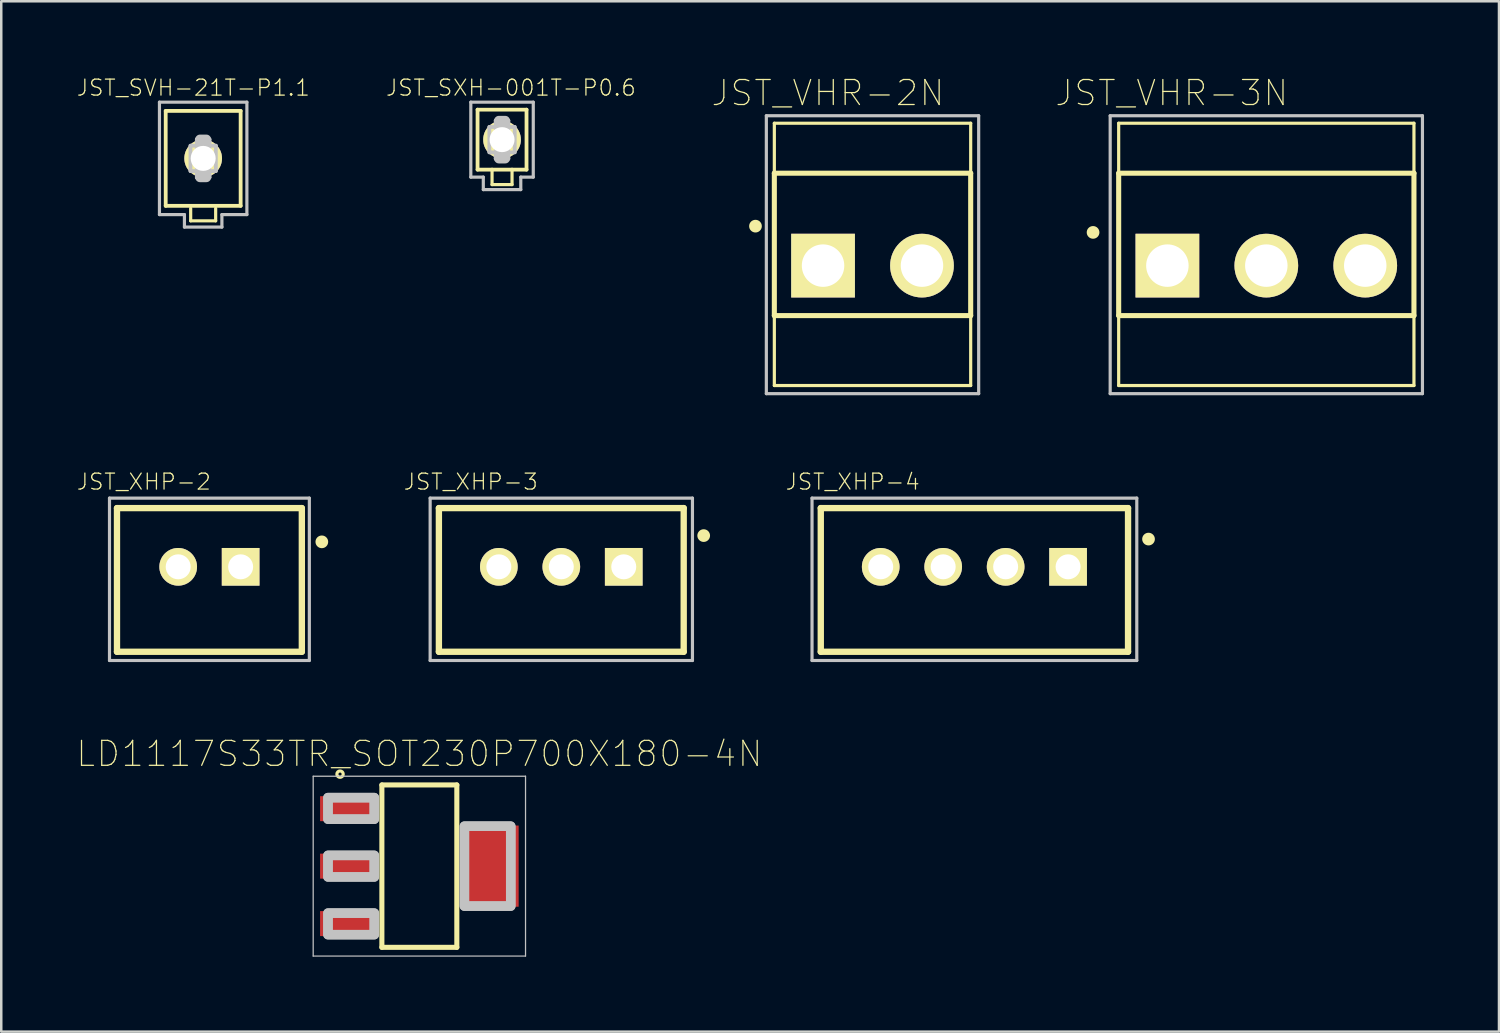
<source format=kicad_pcb>
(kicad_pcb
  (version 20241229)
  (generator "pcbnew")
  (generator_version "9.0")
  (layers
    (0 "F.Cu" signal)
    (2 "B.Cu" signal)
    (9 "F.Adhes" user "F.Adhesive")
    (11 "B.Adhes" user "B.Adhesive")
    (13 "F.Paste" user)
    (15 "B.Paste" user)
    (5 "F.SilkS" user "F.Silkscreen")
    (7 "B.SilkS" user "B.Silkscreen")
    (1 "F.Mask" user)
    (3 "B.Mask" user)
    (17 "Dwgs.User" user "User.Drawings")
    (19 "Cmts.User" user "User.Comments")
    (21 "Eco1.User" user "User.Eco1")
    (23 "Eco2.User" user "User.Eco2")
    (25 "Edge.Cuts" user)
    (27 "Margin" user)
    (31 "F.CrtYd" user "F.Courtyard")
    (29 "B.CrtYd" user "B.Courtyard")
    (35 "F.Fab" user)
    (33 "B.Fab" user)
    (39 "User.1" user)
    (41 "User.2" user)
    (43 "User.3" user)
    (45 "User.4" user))
  (footprint "JST_VHR-2N"
    (layer "F.Cu")
    (at 31.877 7.583)
    (property "Reference" "JST_VHR-2N" (at -1.785 -6.91 0) (layer "F.SilkS") (effects (font (size 1 1) (thickness 0.05))))
    (attr through_hole)
    (fp_line (start -3.93 -5.7) (end 3.93 -5.7) (stroke (width 0.127) (type solid)) (layer "F.SilkS"))
    (fp_line (start -3.93 -3.7) (end -3.93 -5.7) (stroke (width 0.127) (type solid)) (layer "F.SilkS"))
    (fp_line (start -3.93 2) (end -3.93 -3.7) (stroke (width 0.203) (type solid)) (layer "F.SilkS"))
    (fp_line (start -3.93 2) (end -3.93 4.8) (stroke (width 0.127) (type solid)) (layer "F.SilkS"))
    (fp_line (start -3.93 4.8) (end 3.93 4.8) (stroke (width 0.127) (type solid)) (layer "F.SilkS"))
    (fp_line (start 3.93 -3.7) (end -3.93 -3.7) (stroke (width 0.203) (type solid)) (layer "F.SilkS"))
    (fp_line (start 3.93 -3.7) (end 3.93 -5.7) (stroke (width 0.127) (type solid)) (layer "F.SilkS"))
    (fp_line (start 3.93 -3.7) (end 3.93 2) (stroke (width 0.203) (type solid)) (layer "F.SilkS"))
    (fp_line (start 3.93 2) (end -3.93 2) (stroke (width 0.203) (type solid)) (layer "F.SilkS"))
    (fp_line (start 3.93 2) (end 3.93 4.8) (stroke (width 0.127) (type solid)) (layer "F.SilkS"))
    (fp_circle (center -4.685 -1.58) (end -4.431 -1.58) (stroke (width 0) (type solid)) (fill yes) (layer "F.SilkS"))
    (fp_line (start -4.25 -6) (end -4.25 5.125) (stroke (width 0.127) (type solid)) (layer "Dwgs.User"))
    (fp_line (start -4.25 -6) (end 4.25 -6) (stroke (width 0.127) (type solid)) (layer "Dwgs.User"))
    (fp_line (start -4.25 5.125) (end 4.25 5.125) (stroke (width 0.127) (type solid)) (layer "Dwgs.User"))
    (fp_line (start 4.25 -6) (end 4.25 5.125) (stroke (width 0.127) (type solid)) (layer "Dwgs.User"))
    (pad "1" thru_hole rect (at -1.98 0) (size 2.55 2.55) (drill 1.7) (layers "*.Cu" "*.Mask" "F.SilkS"))
    (pad "2" thru_hole circle (at 1.98 0) (size 2.55 2.55) (drill 1.7) (layers "*.Cu" "*.Mask" "F.SilkS")))
  (footprint "JST_SXH-001T-P0.6"
    (layer "F.Cu")
    (at 17.047 2.54)
    (property "Reference" "JST_SXH-001T-P0.6" (at 0.356 -2.077 0) (layer "F.SilkS") (effects (font (size 0.64 0.64) (thickness 0.05))))
    (attr through_hole)
    (fp_line (start -0.98 -1.2) (end -0.98 1.2) (stroke (width 0.152) (type solid)) (layer "F.SilkS"))
    (fp_line (start -0.98 1.2) (end -0.4 1.2) (stroke (width 0.152) (type solid)) (layer "F.SilkS"))
    (fp_line (start -0.4 1.2) (end -0.4 1.8) (stroke (width 0.127) (type solid)) (layer "F.SilkS"))
    (fp_line (start -0.4 1.2) (end 0.4 1.2) (stroke (width 0.152) (type solid)) (layer "F.SilkS"))
    (fp_line (start -0.4 1.8) (end 0.4 1.8) (stroke (width 0.127) (type solid)) (layer "F.SilkS"))
    (fp_line (start 0.4 1.2) (end 0.98 1.2) (stroke (width 0.152) (type solid)) (layer "F.SilkS"))
    (fp_line (start 0.4 1.8) (end 0.4 1.2) (stroke (width 0.127) (type solid)) (layer "F.SilkS"))
    (fp_line (start 0.98 -1.2) (end -0.98 -1.2) (stroke (width 0.152) (type solid)) (layer "F.SilkS"))
    (fp_line (start 0.98 -1.2) (end 0.98 1.2) (stroke (width 0.152) (type solid)) (layer "F.SilkS"))
    (fp_line (start -1.25 -1.5) (end 1.25 -1.5) (stroke (width 0.127) (type solid)) (layer "Dwgs.User"))
    (fp_line (start -1.25 1.5) (end -1.25 -1.5) (stroke (width 0.127) (type solid)) (layer "Dwgs.User"))
    (fp_line (start -0.75 1.5) (end -1.25 1.5) (stroke (width 0.127) (type solid)) (layer "Dwgs.User"))
    (fp_line (start -0.75 2) (end -0.75 1.5) (stroke (width 0.127) (type solid)) (layer "Dwgs.User"))
    (fp_line (start -0.508 -0.508) (end -0.508 0.508) (stroke (width 0.152) (type solid)) (layer "Dwgs.User"))
    (fp_line (start -0.508 0.508) (end -0.254 0.508) (stroke (width 0.152) (type solid)) (layer "Dwgs.User"))
    (fp_line (start -0.254 -0.762) (end -0.254 -0.508) (stroke (width 0.152) (type solid)) (layer "Dwgs.User"))
    (fp_line (start -0.254 -0.508) (end -0.508 -0.508) (stroke (width 0.152) (type solid)) (layer "Dwgs.User"))
    (fp_line (start -0.254 0.508) (end -0.254 0.762) (stroke (width 0.152) (type solid)) (layer "Dwgs.User"))
    (fp_line (start -0.254 0.762) (end 0.254 0.762) (stroke (width 0.152) (type solid)) (layer "Dwgs.User"))
    (fp_line (start 0.254 -0.762) (end -0.254 -0.762) (stroke (width 0.152) (type solid)) (layer "Dwgs.User"))
    (fp_line (start 0.254 -0.508) (end 0.254 -0.762) (stroke (width 0.152) (type solid)) (layer "Dwgs.User"))
    (fp_line (start 0.254 0.508) (end 0.508 0.508) (stroke (width 0.152) (type solid)) (layer "Dwgs.User"))
    (fp_line (start 0.254 0.762) (end 0.254 0.508) (stroke (width 0.152) (type solid)) (layer "Dwgs.User"))
    (fp_line (start 0.508 -0.508) (end 0.254 -0.508) (stroke (width 0.152) (type solid)) (layer "Dwgs.User"))
    (fp_line (start 0.508 0.508) (end 0.508 -0.508) (stroke (width 0.152) (type solid)) (layer "Dwgs.User"))
    (fp_line (start 0.75 1.5) (end 0.75 2) (stroke (width 0.127) (type solid)) (layer "Dwgs.User"))
    (fp_line (start 0.75 2) (end -0.75 2) (stroke (width 0.127) (type solid)) (layer "Dwgs.User"))
    (fp_line (start 1.25 -1.5) (end 1.25 1.5) (stroke (width 0.127) (type solid)) (layer "Dwgs.User"))
    (fp_line (start 1.25 1.5) (end 0.75 1.5) (stroke (width 0.127) (type solid)) (layer "Dwgs.User"))
    (fp_poly (pts (xy -0.127 -0.762) (xy 0.127 -0.762) (xy 0.127 -0.254) (xy -0.127 -0.254)) (stroke (width 0.381) (type solid)) (fill no) (layer "Dwgs.User"))
    (fp_poly (pts (xy -0.127 0.254) (xy 0.127 0.254) (xy 0.127 0.762) (xy -0.127 0.762)) (stroke (width 0.381) (type solid)) (fill no) (layer "Dwgs.User"))
    (pad "1" thru_hole circle (at 0 0 90) (size 1.508 1.508) (drill 1) (layers "*.Cu" "*.Mask" "F.SilkS")))
  (footprint "JST_XHP-4"
    (layer "F.Cu")
    (at 35.956 19.64)
    (property "Reference" "JST_XHP-4" (at -4.874 -3.406 0) (layer "F.SilkS") (effects (font (size 0.64 0.64) (thickness 0.05))))
    (attr through_hole)
    (fp_line (start -6.15 -2.35) (end -6.15 3.4) (stroke (width 0.254) (type solid)) (layer "F.SilkS"))
    (fp_line (start -6.15 3.4) (end 6.15 3.4) (stroke (width 0.254) (type solid)) (layer "F.SilkS"))
    (fp_line (start 6.15 -2.35) (end -6.15 -2.35) (stroke (width 0.254) (type solid)) (layer "F.SilkS"))
    (fp_line (start 6.15 3.4) (end 6.15 -2.35) (stroke (width 0.254) (type solid)) (layer "F.SilkS"))
    (fp_circle (center 6.97 -1.11) (end 7.224 -1.11) (stroke (width 0) (type solid)) (fill yes) (layer "F.SilkS"))
    (fp_line (start -6.5 -2.75) (end 6.5 -2.75) (stroke (width 0.127) (type solid)) (layer "Dwgs.User"))
    (fp_line (start -6.5 3.75) (end -6.5 -2.75) (stroke (width 0.127) (type solid)) (layer "Dwgs.User"))
    (fp_line (start 6.5 -2.75) (end 6.5 3.75) (stroke (width 0.127) (type solid)) (layer "Dwgs.User"))
    (fp_line (start 6.5 3.75) (end -6.5 3.75) (stroke (width 0.127) (type solid)) (layer "Dwgs.User"))
    (pad "1" thru_hole rect (at 3.75 0 90) (size 1.508 1.508) (drill 1) (layers "*.Cu" "*.Mask" "F.SilkS"))
    (pad "2" thru_hole circle (at 1.25 0 90) (size 1.508 1.508) (drill 1) (layers "*.Cu" "*.Mask" "F.SilkS"))
    (pad "3" thru_hole circle (at -1.25 0 90) (size 1.508 1.508) (drill 1) (layers "*.Cu" "*.Mask" "F.SilkS"))
    (pad "4" thru_hole circle (at -3.75 0 90) (size 1.508 1.508) (drill 1) (layers "*.Cu" "*.Mask" "F.SilkS")))
  (footprint "LD1117S33TR_SOT230P700X180-4N"
    (layer "F.Cu")
    (at 13.737 31.622)
    (property "Reference" "LD1117S33TR_SOT230P700X180-4N" (at 0 -4.496 0) (layer "F.SilkS") (effects (font (size 1 1) (thickness 0.05))))
    (attr smd)
    (fp_line (start -1.5 -3.25) (end 1.5 -3.25) (stroke (width 0.203) (type solid)) (layer "F.SilkS"))
    (fp_line (start -1.5 3.25) (end -1.5 -3.25) (stroke (width 0.203) (type solid)) (layer "F.SilkS"))
    (fp_line (start 1.5 -3.25) (end 1.5 3.25) (stroke (width 0.203) (type solid)) (layer "F.SilkS"))
    (fp_line (start 1.5 3.25) (end -1.5 3.25) (stroke (width 0.203) (type solid)) (layer "F.SilkS"))
    (fp_circle (center -3.175 -3.683) (end -3.048 -3.683) (stroke (width 0.127) (type solid)) (fill no) (layer "F.SilkS"))
    (fp_line (start -4.25 -3.6) (end 4.25 -3.6) (stroke (width 0.05) (type solid)) (layer "Dwgs.User"))
    (fp_line (start -4.25 3.6) (end -4.25 -3.6) (stroke (width 0.05) (type solid)) (layer "Dwgs.User"))
    (fp_line (start 4.25 -3.6) (end 4.25 3.6) (stroke (width 0.05) (type solid)) (layer "Dwgs.User"))
    (fp_line (start 4.25 3.6) (end -4.25 3.6) (stroke (width 0.05) (type solid)) (layer "Dwgs.User"))
    (fp_poly (pts (xy -1.803 -2.743) (xy -1.803 -1.88) (xy -3.658 -1.88) (xy -3.658 -2.743)) (stroke (width 0.381) (type solid)) (fill no) (layer "Dwgs.User"))
    (fp_poly (pts (xy -1.803 -2.743) (xy -1.803 -1.88) (xy -3.658 -1.88) (xy -3.658 -2.743)) (stroke (width 0.381) (type solid)) (fill no) (layer "Dwgs.User"))
    (fp_poly (pts (xy -1.803 -0.432) (xy -1.803 0.432) (xy -3.658 0.432) (xy -3.658 -0.432)) (stroke (width 0.381) (type solid)) (fill no) (layer "Dwgs.User"))
    (fp_poly (pts (xy -1.803 -0.432) (xy -1.803 0.432) (xy -3.658 0.432) (xy -3.658 -0.432)) (stroke (width 0.381) (type solid)) (fill no) (layer "Dwgs.User"))
    (fp_poly (pts (xy -1.803 1.88) (xy -1.803 2.743) (xy -3.658 2.743) (xy -3.658 1.88)) (stroke (width 0.381) (type solid)) (fill no) (layer "Dwgs.User"))
    (fp_poly (pts (xy -1.803 1.88) (xy -1.803 2.743) (xy -3.658 2.743) (xy -3.658 1.88)) (stroke (width 0.381) (type solid)) (fill no) (layer "Dwgs.User"))
    (fp_poly (pts (xy 3.658 -1.6) (xy 3.658 1.6) (xy 1.803 1.6) (xy 1.803 -1.6)) (stroke (width 0.381) (type solid)) (fill no) (layer "Dwgs.User"))
    (fp_poly (pts (xy 3.658 -1.6) (xy 3.658 1.6) (xy 1.803 1.6) (xy 1.803 -1.6)) (stroke (width 0.381) (type solid)) (fill no) (layer "Dwgs.User"))
    (pad "1" smd rect (at -2.9 -2.3 270) (size 1 2.15) (layers "F.Cu" "F.Mask" "F.Paste"))
    (pad "2" smd rect (at -2.9 0 270) (size 1 2.15) (layers "F.Cu" "F.Mask" "F.Paste"))
    (pad "3" smd rect (at -2.9 2.3 270) (size 1 2.15) (layers "F.Cu" "F.Mask" "F.Paste"))
    (pad "4" smd rect (at 2.9 0 270) (size 3.25 2.15) (layers "F.Cu" "F.Mask" "F.Paste")))
  (footprint "JST_XHP-2"
    (layer "F.Cu")
    (at 5.333 19.64)
    (property "Reference" "JST_XHP-2" (at -2.624 -3.406 0) (layer "F.SilkS") (effects (font (size 0.64 0.64) (thickness 0.05))))
    (attr through_hole)
    (fp_line (start -3.7 -2.35) (end -3.7 3.4) (stroke (width 0.254) (type solid)) (layer "F.SilkS"))
    (fp_line (start -3.7 3.4) (end 3.7 3.4) (stroke (width 0.254) (type solid)) (layer "F.SilkS"))
    (fp_line (start 3.7 -2.35) (end -3.7 -2.35) (stroke (width 0.254) (type solid)) (layer "F.SilkS"))
    (fp_line (start 3.7 3.4) (end 3.7 -2.35) (stroke (width 0.254) (type solid)) (layer "F.SilkS"))
    (fp_circle (center 4.5 -1) (end 4.754 -1) (stroke (width 0) (type solid)) (fill yes) (layer "F.SilkS"))
    (fp_line (start -4 -2.75) (end 4 -2.75) (stroke (width 0.127) (type solid)) (layer "Dwgs.User"))
    (fp_line (start -4 3.75) (end -4 -2.75) (stroke (width 0.127) (type solid)) (layer "Dwgs.User"))
    (fp_line (start 4 -2.75) (end 4 3.75) (stroke (width 0.127) (type solid)) (layer "Dwgs.User"))
    (fp_line (start 4 3.75) (end -4 3.75) (stroke (width 0.127) (type solid)) (layer "Dwgs.User"))
    (pad "1" thru_hole rect (at 1.25 0 90) (size 1.508 1.508) (drill 1) (layers "*.Cu" "*.Mask" "F.SilkS"))
    (pad "2" thru_hole circle (at -1.25 0 90) (size 1.508 1.508) (drill 1) (layers "*.Cu" "*.Mask" "F.SilkS")))
  (footprint "JST_XHP-3"
    (layer "F.Cu")
    (at 19.419 19.64)
    (property "Reference" "JST_XHP-3" (at -3.624 -3.406 0) (layer "F.SilkS") (effects (font (size 0.64 0.64) (thickness 0.05))))
    (attr through_hole)
    (fp_line (start -4.9 -2.35) (end -4.9 3.4) (stroke (width 0.254) (type solid)) (layer "F.SilkS"))
    (fp_line (start -4.9 3.4) (end 4.9 3.4) (stroke (width 0.254) (type solid)) (layer "F.SilkS"))
    (fp_line (start 4.9 -2.35) (end -4.9 -2.35) (stroke (width 0.254) (type solid)) (layer "F.SilkS"))
    (fp_line (start 4.9 3.4) (end 4.9 -2.35) (stroke (width 0.254) (type solid)) (layer "F.SilkS"))
    (fp_circle (center 5.7 -1.25) (end 5.954 -1.25) (stroke (width 0) (type solid)) (fill yes) (layer "F.SilkS"))
    (fp_line (start -5.25 -2.75) (end 5.25 -2.75) (stroke (width 0.127) (type solid)) (layer "Dwgs.User"))
    (fp_line (start -5.25 3.75) (end -5.25 -2.75) (stroke (width 0.127) (type solid)) (layer "Dwgs.User"))
    (fp_line (start 5.25 -2.75) (end 5.25 3.75) (stroke (width 0.127) (type solid)) (layer "Dwgs.User"))
    (fp_line (start 5.25 3.75) (end -5.25 3.75) (stroke (width 0.127) (type solid)) (layer "Dwgs.User"))
    (pad "1" thru_hole rect (at 2.5 0 90) (size 1.508 1.508) (drill 1) (layers "*.Cu" "*.Mask" "F.SilkS"))
    (pad "2" thru_hole circle (at 0 0 90) (size 1.508 1.508) (drill 1) (layers "*.Cu" "*.Mask" "F.SilkS"))
    (pad "3" thru_hole circle (at -2.5 0 90) (size 1.508 1.508) (drill 1) (layers "*.Cu" "*.Mask" "F.SilkS")))
  (footprint "JST_SVH-21T-P1.1"
    (layer "F.Cu")
    (at 5.083 3.29)
    (property "Reference" "JST_SVH-21T-P1.1" (at -0.394 -2.827 0) (layer "F.SilkS") (effects (font (size 0.64 0.64) (thickness 0.05))))
    (attr through_hole)
    (fp_line (start -1.5 -1.9) (end -1.5 1.9) (stroke (width 0.152) (type solid)) (layer "F.SilkS"))
    (fp_line (start -1.5 1.9) (end 1.5 1.9) (stroke (width 0.152) (type solid)) (layer "F.SilkS"))
    (fp_line (start -0.5 2) (end -0.5 2.5) (stroke (width 0.127) (type solid)) (layer "F.SilkS"))
    (fp_line (start -0.5 2.5) (end 0.5 2.5) (stroke (width 0.127) (type solid)) (layer "F.SilkS"))
    (fp_line (start 0.5 2.5) (end 0.5 2) (stroke (width 0.127) (type solid)) (layer "F.SilkS"))
    (fp_line (start 1.5 -1.9) (end -1.5 -1.9) (stroke (width 0.152) (type solid)) (layer "F.SilkS"))
    (fp_line (start 1.5 1.9) (end 1.5 -1.9) (stroke (width 0.152) (type solid)) (layer "F.SilkS"))
    (fp_line (start -1.75 -2.25) (end 1.75 -2.25) (stroke (width 0.127) (type solid)) (layer "Dwgs.User"))
    (fp_line (start -1.75 2.25) (end -1.75 -2.25) (stroke (width 0.127) (type solid)) (layer "Dwgs.User"))
    (fp_line (start -0.75 2.25) (end -1.75 2.25) (stroke (width 0.127) (type solid)) (layer "Dwgs.User"))
    (fp_line (start -0.75 2.75) (end -0.75 2.25) (stroke (width 0.127) (type solid)) (layer "Dwgs.User"))
    (fp_line (start -0.508 -0.508) (end -0.508 0.508) (stroke (width 0.152) (type solid)) (layer "Dwgs.User"))
    (fp_line (start -0.508 0.508) (end -0.254 0.508) (stroke (width 0.152) (type solid)) (layer "Dwgs.User"))
    (fp_line (start -0.254 -0.762) (end -0.254 -0.508) (stroke (width 0.152) (type solid)) (layer "Dwgs.User"))
    (fp_line (start -0.254 -0.508) (end -0.508 -0.508) (stroke (width 0.152) (type solid)) (layer "Dwgs.User"))
    (fp_line (start -0.254 0.508) (end -0.254 0.762) (stroke (width 0.152) (type solid)) (layer "Dwgs.User"))
    (fp_line (start -0.254 0.762) (end 0.254 0.762) (stroke (width 0.152) (type solid)) (layer "Dwgs.User"))
    (fp_line (start 0.254 -0.762) (end -0.254 -0.762) (stroke (width 0.152) (type solid)) (layer "Dwgs.User"))
    (fp_line (start 0.254 -0.508) (end 0.254 -0.762) (stroke (width 0.152) (type solid)) (layer "Dwgs.User"))
    (fp_line (start 0.254 0.508) (end 0.508 0.508) (stroke (width 0.152) (type solid)) (layer "Dwgs.User"))
    (fp_line (start 0.254 0.762) (end 0.254 0.508) (stroke (width 0.152) (type solid)) (layer "Dwgs.User"))
    (fp_line (start 0.508 -0.508) (end 0.254 -0.508) (stroke (width 0.152) (type solid)) (layer "Dwgs.User"))
    (fp_line (start 0.508 0.508) (end 0.508 -0.508) (stroke (width 0.152) (type solid)) (layer "Dwgs.User"))
    (fp_line (start 0.75 2.25) (end 0.75 2.75) (stroke (width 0.127) (type solid)) (layer "Dwgs.User"))
    (fp_line (start 0.75 2.75) (end -0.75 2.75) (stroke (width 0.127) (type solid)) (layer "Dwgs.User"))
    (fp_line (start 1.75 -2.25) (end 1.75 2.25) (stroke (width 0.127) (type solid)) (layer "Dwgs.User"))
    (fp_line (start 1.75 2.25) (end 0.75 2.25) (stroke (width 0.127) (type solid)) (layer "Dwgs.User"))
    (fp_poly (pts (xy -0.127 -0.762) (xy 0.127 -0.762) (xy 0.127 -0.254) (xy -0.127 -0.254)) (stroke (width 0.381) (type solid)) (fill no) (layer "Dwgs.User"))
    (fp_poly (pts (xy -0.127 0.254) (xy 0.127 0.254) (xy 0.127 0.762) (xy -0.127 0.762)) (stroke (width 0.381) (type solid)) (fill no) (layer "Dwgs.User"))
    (pad "1" thru_hole circle (at 0 0 90) (size 1.508 1.508) (drill 1) (layers "*.Cu" "*.Mask" "F.SilkS")))
  (footprint "JST_VHR-3N"
    (layer "F.Cu")
    (at 47.641 7.583)
    (property "Reference" "JST_VHR-3N" (at -3.785 -6.91 0) (layer "F.SilkS") (effects (font (size 1 1) (thickness 0.05))))
    (attr through_hole)
    (fp_line (start -5.91 -5.7) (end 5.91 -5.7) (stroke (width 0.127) (type solid)) (layer "F.SilkS"))
    (fp_line (start -5.91 -3.7) (end -5.91 -5.7) (stroke (width 0.127) (type solid)) (layer "F.SilkS"))
    (fp_line (start -5.91 -3.7) (end -5.91 4.8) (stroke (width 0.127) (type solid)) (layer "F.SilkS"))
    (fp_line (start -5.91 2) (end -5.91 -3.7) (stroke (width 0.203) (type solid)) (layer "F.SilkS"))
    (fp_line (start -5.91 4.8) (end 5.91 4.8) (stroke (width 0.127) (type solid)) (layer "F.SilkS"))
    (fp_line (start 5.91 -3.7) (end -5.91 -3.7) (stroke (width 0.203) (type solid)) (layer "F.SilkS"))
    (fp_line (start 5.91 -3.7) (end 5.91 -5.7) (stroke (width 0.127) (type solid)) (layer "F.SilkS"))
    (fp_line (start 5.91 -3.7) (end 5.91 2) (stroke (width 0.203) (type solid)) (layer "F.SilkS"))
    (fp_line (start 5.91 -3.7) (end 5.91 4.8) (stroke (width 0.127) (type solid)) (layer "F.SilkS"))
    (fp_line (start 5.91 2) (end -5.91 2) (stroke (width 0.203) (type solid)) (layer "F.SilkS"))
    (fp_circle (center -6.935 -1.33) (end -6.681 -1.33) (stroke (width 0) (type solid)) (fill yes) (layer "F.SilkS"))
    (fp_line (start -6.25 -6) (end -6.25 5.125) (stroke (width 0.127) (type solid)) (layer "Dwgs.User"))
    (fp_line (start -6.25 -6) (end 6.25 -6) (stroke (width 0.127) (type solid)) (layer "Dwgs.User"))
    (fp_line (start -6.25 5.125) (end 6.25 5.125) (stroke (width 0.127) (type solid)) (layer "Dwgs.User"))
    (fp_line (start 6.25 -6) (end 6.25 5.125) (stroke (width 0.127) (type solid)) (layer "Dwgs.User"))
    (pad "1" thru_hole rect (at -3.96 0) (size 2.55 2.55) (drill 1.7) (layers "*.Cu" "*.Mask" "F.SilkS"))
    (pad "2" thru_hole circle (at 0 0) (size 2.55 2.55) (drill 1.7) (layers "*.Cu" "*.Mask" "F.SilkS"))
    (pad "3" thru_hole circle (at 3.96 0) (size 2.55 2.55) (drill 1.7) (layers "*.Cu" "*.Mask" "F.SilkS")))
  (gr_rect
    (start -3 -3)
    (end 56.955 38.247)
    (stroke (width 0.1) (type default))
    (fill no)
    (layer "Edge.Cuts")))
</source>
